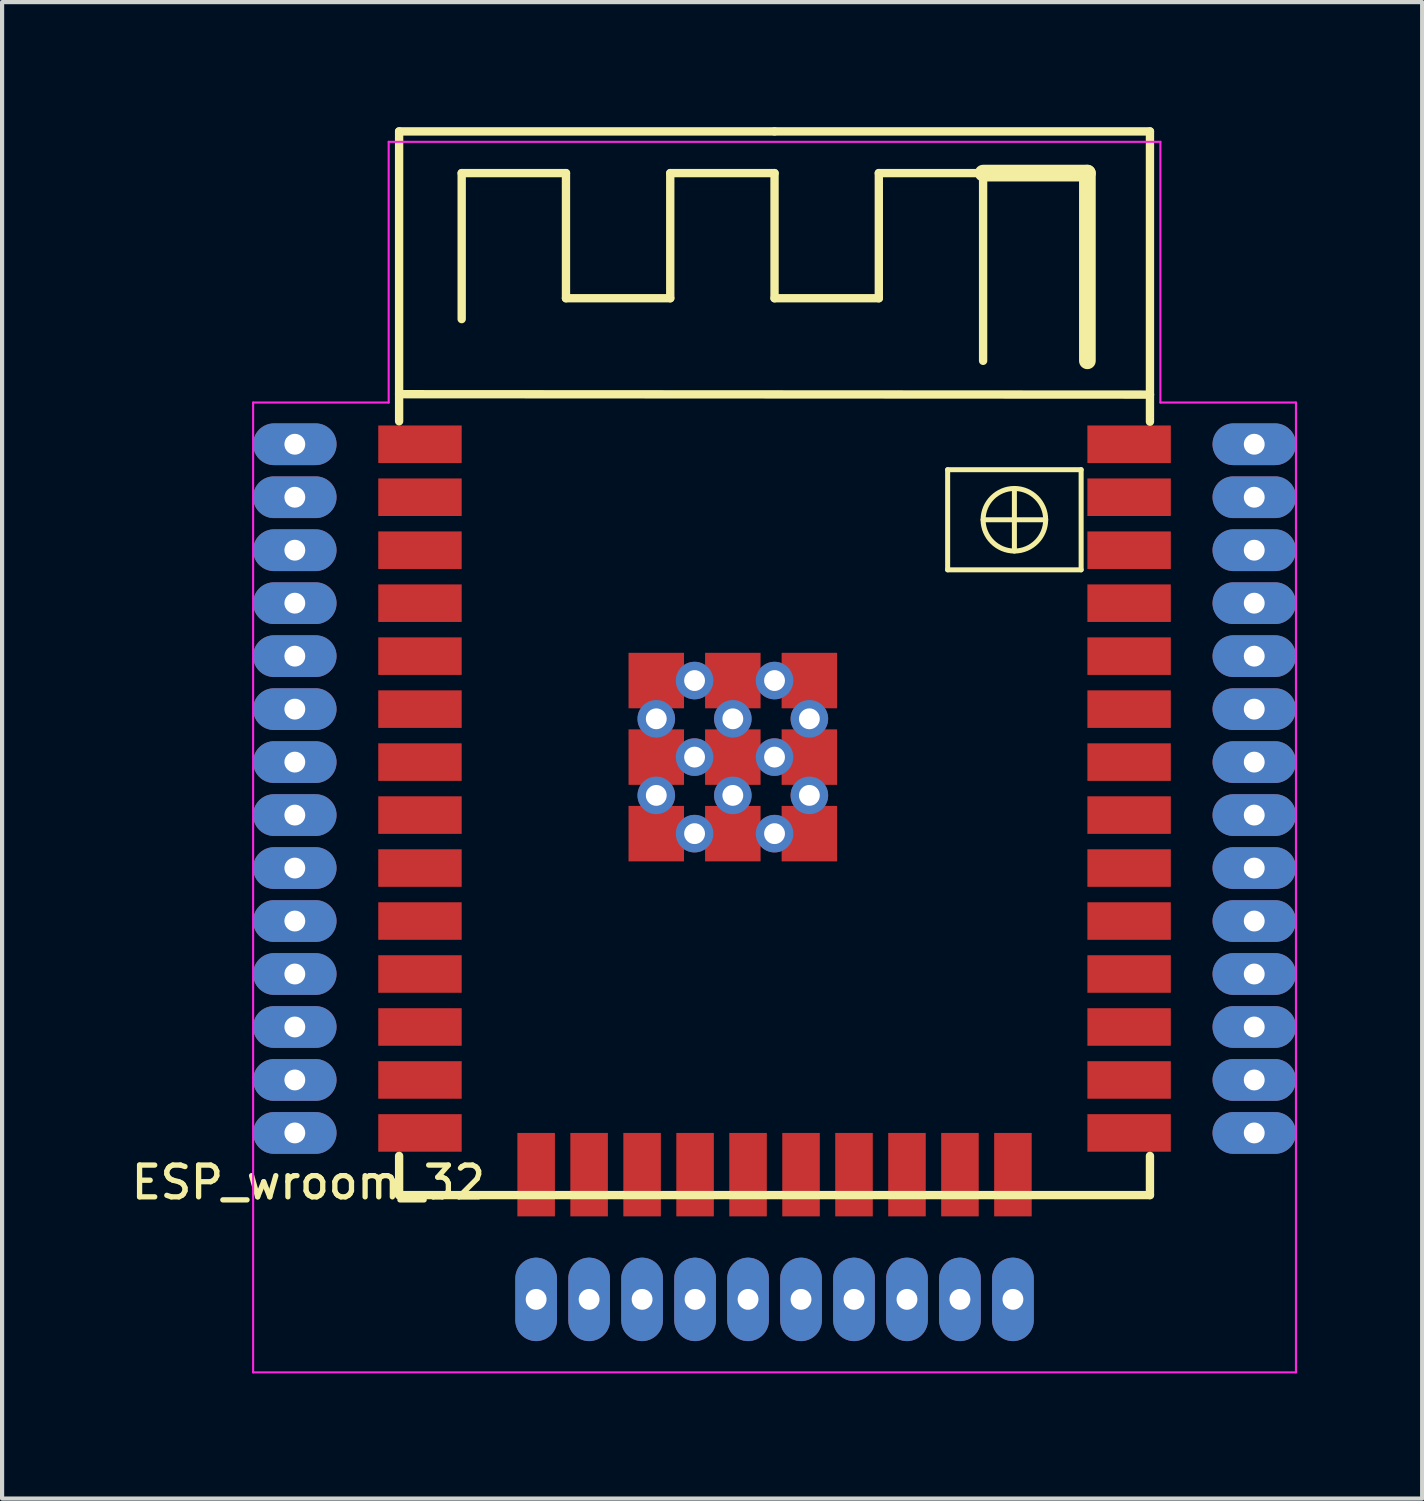
<source format=kicad_pcb>
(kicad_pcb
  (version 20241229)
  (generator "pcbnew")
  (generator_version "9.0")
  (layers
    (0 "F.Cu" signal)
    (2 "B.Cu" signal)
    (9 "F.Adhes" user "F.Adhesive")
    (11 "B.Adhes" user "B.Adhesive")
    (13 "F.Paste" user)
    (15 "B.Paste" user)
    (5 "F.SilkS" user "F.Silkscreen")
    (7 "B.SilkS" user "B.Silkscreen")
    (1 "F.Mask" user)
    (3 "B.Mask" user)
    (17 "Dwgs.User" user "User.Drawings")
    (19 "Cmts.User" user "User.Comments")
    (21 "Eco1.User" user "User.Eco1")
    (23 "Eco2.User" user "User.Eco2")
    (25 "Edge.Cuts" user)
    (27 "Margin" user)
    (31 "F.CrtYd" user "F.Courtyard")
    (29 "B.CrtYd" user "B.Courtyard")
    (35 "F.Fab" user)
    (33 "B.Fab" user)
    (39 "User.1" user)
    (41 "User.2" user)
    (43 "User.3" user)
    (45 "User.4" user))
  (footprint "ESP_wroom_32"
    (layer "F.Cu")
    (at 15.518 25.61)
    (property "Reference" "ESP_wroom_32" (at -11.176 -0.314 0) (layer "F.SilkS") (effects (font (size 0.762 0.762) (thickness 0.127))))
    (attr through_hole)
    (fp_line (start -9 -25.51) (end 0 -25.51) (stroke (width 0.2) (type solid)) (layer "F.SilkS"))
    (fp_line (start -9 -19.21) (end -9 -25.51) (stroke (width 0.2) (type solid)) (layer "F.SilkS"))
    (fp_line (start -9 -19.21) (end 9 -19.2) (stroke (width 0.2) (type solid)) (layer "F.SilkS"))
    (fp_line (start -9 -18.56) (end -9 -19.21) (stroke (width 0.2) (type solid)) (layer "F.SilkS"))
    (fp_line (start -9 -0.01) (end -9 -0.95) (stroke (width 0.2) (type solid)) (layer "F.SilkS"))
    (fp_line (start -7.5 -24.51) (end -7.5 -21.01) (stroke (width 0.2) (type solid)) (layer "F.SilkS"))
    (fp_line (start -5 -24.51) (end -7.5 -24.51) (stroke (width 0.2) (type solid)) (layer "F.SilkS"))
    (fp_line (start -5 -24.51) (end -5 -21.51) (stroke (width 0.2) (type solid)) (layer "F.SilkS"))
    (fp_line (start -2.5 -24.51) (end -2.5 -21.51) (stroke (width 0.2) (type solid)) (layer "F.SilkS"))
    (fp_line (start -2.5 -21.51) (end -5 -21.51) (stroke (width 0.2) (type solid)) (layer "F.SilkS"))
    (fp_line (start 0 -25.51) (end 9 -25.51) (stroke (width 0.2) (type solid)) (layer "F.SilkS"))
    (fp_line (start 0 -24.51) (end -2.5 -24.51) (stroke (width 0.2) (type solid)) (layer "F.SilkS"))
    (fp_line (start 0 -24.51) (end 0 -21.51) (stroke (width 0.2) (type solid)) (layer "F.SilkS"))
    (fp_line (start 0 -21.51) (end 2.5 -21.51) (stroke (width 0.2) (type solid)) (layer "F.SilkS"))
    (fp_line (start 2.5 -24.51) (end 2.5 -21.51) (stroke (width 0.2) (type solid)) (layer "F.SilkS"))
    (fp_line (start 2.5 -24.51) (end 5 -24.51) (stroke (width 0.2) (type solid)) (layer "F.SilkS"))
    (fp_line (start 4.15 -17.4) (end 7.35 -17.4) (stroke (width 0.12) (type solid)) (layer "F.SilkS"))
    (fp_line (start 4.15 -15) (end 4.15 -17.4) (stroke (width 0.12) (type solid)) (layer "F.SilkS"))
    (fp_line (start 5 -24.51) (end 5 -20.01) (stroke (width 0.2) (type solid)) (layer "F.SilkS"))
    (fp_line (start 5 -24.51) (end 7.5 -24.51) (stroke (width 0.4) (type solid)) (layer "F.SilkS"))
    (fp_line (start 5.75 -16.2) (end 5 -16.2) (stroke (width 0.12) (type solid)) (layer "F.SilkS"))
    (fp_line (start 5.75 -16.2) (end 5.75 -16.95) (stroke (width 0.12) (type solid)) (layer "F.SilkS"))
    (fp_line (start 5.75 -16.2) (end 5.75 -15.45) (stroke (width 0.12) (type solid)) (layer "F.SilkS"))
    (fp_line (start 5.75 -16.2) (end 6.5 -16.2) (stroke (width 0.12) (type solid)) (layer "F.SilkS"))
    (fp_line (start 7.35 -17.4) (end 7.35 -15) (stroke (width 0.12) (type solid)) (layer "F.SilkS"))
    (fp_line (start 7.35 -15) (end 4.15 -15) (stroke (width 0.12) (type solid)) (layer "F.SilkS"))
    (fp_line (start 7.5 -24.51) (end 7.5 -20.01) (stroke (width 0.4) (type solid)) (layer "F.SilkS"))
    (fp_line (start 9 -25.51) (end 9 -19.2) (stroke (width 0.2) (type solid)) (layer "F.SilkS"))
    (fp_line (start 9 -18.55) (end 9 -19.2) (stroke (width 0.2) (type solid)) (layer "F.SilkS"))
    (fp_line (start 9 -0.01) (end -9 -0.01) (stroke (width 0.2) (type solid)) (layer "F.SilkS"))
    (fp_line (start 9 -0.01) (end 9 -0.95) (stroke (width 0.2) (type solid)) (layer "F.SilkS"))
    (fp_circle (center 5.75 -16.2) (end 6.5 -16.2) (stroke (width 0.12) (type solid)) (fill no) (layer "F.SilkS"))
    (fp_line (start -12.5 -19.01) (end -9.25 -19.01) (stroke (width 0.05) (type solid)) (layer "F.CrtYd"))
    (fp_line (start -12.5 4.24) (end -12.5 -19.01) (stroke (width 0.05) (type solid)) (layer "F.CrtYd"))
    (fp_line (start -9.25 -25.26) (end 9.25 -25.26) (stroke (width 0.05) (type solid)) (layer "F.CrtYd"))
    (fp_line (start -9.25 -19.01) (end -9.25 -25.26) (stroke (width 0.05) (type solid)) (layer "F.CrtYd"))
    (fp_line (start 9.25 -19.01) (end 9.25 -25.26) (stroke (width 0.05) (type solid)) (layer "F.CrtYd"))
    (fp_line (start 12.5 -19.01) (end 9.25 -19.01) (stroke (width 0.05) (type solid)) (layer "F.CrtYd"))
    (fp_line (start 12.5 -19.01) (end 12.5 4.24) (stroke (width 0.05) (type solid)) (layer "F.CrtYd"))
    (fp_line (start 12.5 4.24) (end -12.5 4.24) (stroke (width 0.05) (type solid)) (layer "F.CrtYd"))
    (pad "1" thru_hole oval (at -11.5 -18.01) (size 2 1) (drill 0.5) (layers "*.Cu" "*.Mask"))
    (pad "1" smd rect (at -8.5 -18.01) (size 2 0.9) (layers "F.Cu" "F.Mask" "F.Paste"))
    (pad "2" thru_hole oval (at -11.5 -16.74) (size 2 1) (drill 0.5) (layers "*.Cu" "*.Mask"))
    (pad "2" smd rect (at -8.5 -16.74) (size 2 0.9) (layers "F.Cu" "F.Mask" "F.Paste"))
    (pad "3" thru_hole oval (at -11.5 -15.47) (size 2 1) (drill 0.5) (layers "*.Cu" "*.Mask"))
    (pad "3" smd rect (at -8.5 -15.47) (size 2 0.9) (layers "F.Cu" "F.Mask" "F.Paste"))
    (pad "4" thru_hole oval (at -11.5 -14.2) (size 2 1) (drill 0.5) (layers "*.Cu" "*.Mask"))
    (pad "4" smd rect (at -8.5 -14.2) (size 2 0.9) (layers "F.Cu" "F.Mask" "F.Paste"))
    (pad "5" thru_hole oval (at -11.5 -12.93) (size 2 1) (drill 0.5) (layers "*.Cu" "*.Mask"))
    (pad "5" smd rect (at -8.5 -12.93) (size 2 0.9) (layers "F.Cu" "F.Mask" "F.Paste"))
    (pad "6" thru_hole oval (at -11.5 -11.66) (size 2 1) (drill 0.5) (layers "*.Cu" "*.Mask"))
    (pad "6" smd rect (at -8.5 -11.66) (size 2 0.9) (layers "F.Cu" "F.Mask" "F.Paste"))
    (pad "7" thru_hole oval (at -11.5 -10.39) (size 2 1) (drill 0.5) (layers "*.Cu" "*.Mask"))
    (pad "7" smd rect (at -8.5 -10.39) (size 2 0.9) (layers "F.Cu" "F.Mask" "F.Paste"))
    (pad "8" thru_hole oval (at -11.5 -9.12) (size 2 1) (drill 0.5) (layers "*.Cu" "*.Mask"))
    (pad "8" smd rect (at -8.5 -9.12) (size 2 0.9) (layers "F.Cu" "F.Mask" "F.Paste"))
    (pad "9" thru_hole oval (at -11.5 -7.85) (size 2 1) (drill 0.5) (layers "*.Cu" "*.Mask"))
    (pad "9" smd rect (at -8.5 -7.85) (size 2 0.9) (layers "F.Cu" "F.Mask" "F.Paste"))
    (pad "10" thru_hole oval (at -11.5 -6.58) (size 2 1) (drill 0.5) (layers "*.Cu" "*.Mask"))
    (pad "10" smd rect (at -8.5 -6.58) (size 2 0.9) (layers "F.Cu" "F.Mask" "F.Paste"))
    (pad "11" thru_hole oval (at -11.5 -5.31) (size 2 1) (drill 0.5) (layers "*.Cu" "*.Mask"))
    (pad "11" smd rect (at -8.5 -5.31) (size 2 0.9) (layers "F.Cu" "F.Mask" "F.Paste"))
    (pad "12" thru_hole oval (at -11.5 -4.04) (size 2 1) (drill 0.5) (layers "*.Cu" "*.Mask"))
    (pad "12" smd rect (at -8.5 -4.04) (size 2 0.9) (layers "F.Cu" "F.Mask" "F.Paste"))
    (pad "13" thru_hole oval (at -11.5 -2.77) (size 2 1) (drill 0.5) (layers "*.Cu" "*.Mask"))
    (pad "13" smd rect (at -8.5 -2.77) (size 2 0.9) (layers "F.Cu" "F.Mask" "F.Paste"))
    (pad "14" thru_hole oval (at -11.5 -1.5) (size 2 1) (drill 0.5) (layers "*.Cu" "*.Mask"))
    (pad "14" smd rect (at -8.5 -1.5) (size 2 0.9) (layers "F.Cu" "F.Mask" "F.Paste"))
    (pad "15" smd rect (at -5.715 -0.5 90) (size 2 0.9) (layers "F.Cu" "F.Mask" "F.Paste"))
    (pad "15" thru_hole oval (at -5.715 2.49 90) (size 2 1) (drill 0.5) (layers "*.Cu" "*.Mask"))
    (pad "16" smd rect (at -4.445 -0.5 90) (size 2 0.9) (layers "F.Cu" "F.Mask" "F.Paste"))
    (pad "16" thru_hole oval (at -4.445 2.49 90) (size 2 1) (drill 0.5) (layers "*.Cu" "*.Mask"))
    (pad "17" smd rect (at -3.175 -0.5 90) (size 2 0.9) (layers "F.Cu" "F.Mask" "F.Paste"))
    (pad "17" thru_hole oval (at -3.175 2.49 90) (size 2 1) (drill 0.5) (layers "*.Cu" "*.Mask"))
    (pad "18" smd rect (at -1.905 -0.5 90) (size 2 0.9) (layers "F.Cu" "F.Mask" "F.Paste"))
    (pad "18" thru_hole oval (at -1.905 2.49 90) (size 2 1) (drill 0.5) (layers "*.Cu" "*.Mask"))
    (pad "19" smd rect (at -0.635 -0.5 90) (size 2 0.9) (layers "F.Cu" "F.Mask" "F.Paste"))
    (pad "19" thru_hole oval (at -0.635 2.49 90) (size 2 1) (drill 0.5) (layers "*.Cu" "*.Mask"))
    (pad "20" smd rect (at 0.635 -0.5 90) (size 2 0.9) (layers "F.Cu" "F.Mask" "F.Paste"))
    (pad "20" thru_hole oval (at 0.635 2.49 90) (size 2 1) (drill 0.5) (layers "*.Cu" "*.Mask"))
    (pad "21" smd rect (at 1.905 -0.5 90) (size 2 0.9) (layers "F.Cu" "F.Mask" "F.Paste"))
    (pad "21" thru_hole oval (at 1.905 2.49 90) (size 2 1) (drill 0.5) (layers "*.Cu" "*.Mask"))
    (pad "22" smd rect (at 3.175 -0.5 90) (size 2 0.9) (layers "F.Cu" "F.Mask" "F.Paste"))
    (pad "22" thru_hole oval (at 3.175 2.49 90) (size 2 1) (drill 0.5) (layers "*.Cu" "*.Mask"))
    (pad "23" smd rect (at 4.445 -0.5 90) (size 2 0.9) (layers "F.Cu" "F.Mask" "F.Paste"))
    (pad "23" thru_hole oval (at 4.445 2.49 90) (size 2 1) (drill 0.5) (layers "*.Cu" "*.Mask"))
    (pad "24" smd rect (at 5.715 -0.5 90) (size 2 0.9) (layers "F.Cu" "F.Mask" "F.Paste"))
    (pad "24" thru_hole oval (at 5.715 2.49 90) (size 2 1) (drill 0.5) (layers "*.Cu" "*.Mask"))
    (pad "25" smd rect (at 8.5 -1.5) (size 2 0.9) (layers "F.Cu" "F.Mask" "F.Paste"))
    (pad "25" thru_hole oval (at 11.5 -1.5) (size 2 1) (drill 0.5) (layers "*.Cu" "*.Mask"))
    (pad "26" smd rect (at 8.5 -2.77) (size 2 0.9) (layers "F.Cu" "F.Mask" "F.Paste"))
    (pad "26" thru_hole oval (at 11.5 -2.77) (size 2 1) (drill 0.5) (layers "*.Cu" "*.Mask"))
    (pad "27" smd rect (at 8.5 -4.04) (size 2 0.9) (layers "F.Cu" "F.Mask" "F.Paste"))
    (pad "27" thru_hole oval (at 11.5 -4.04) (size 2 1) (drill 0.5) (layers "*.Cu" "*.Mask"))
    (pad "28" smd rect (at 8.5 -5.31) (size 2 0.9) (layers "F.Cu" "F.Mask" "F.Paste"))
    (pad "28" thru_hole oval (at 11.5 -5.31) (size 2 1) (drill 0.5) (layers "*.Cu" "*.Mask"))
    (pad "29" smd rect (at 8.5 -6.58) (size 2 0.9) (layers "F.Cu" "F.Mask" "F.Paste"))
    (pad "29" thru_hole oval (at 11.5 -6.58) (size 2 1) (drill 0.5) (layers "*.Cu" "*.Mask"))
    (pad "30" smd rect (at 8.5 -7.85) (size 2 0.9) (layers "F.Cu" "F.Mask" "F.Paste"))
    (pad "30" thru_hole oval (at 11.5 -7.85) (size 2 1) (drill 0.5) (layers "*.Cu" "*.Mask"))
    (pad "31" smd rect (at 8.5 -9.12) (size 2 0.9) (layers "F.Cu" "F.Mask" "F.Paste"))
    (pad "31" thru_hole oval (at 11.5 -9.12) (size 2 1) (drill 0.5) (layers "*.Cu" "*.Mask"))
    (pad "32" smd rect (at 8.5 -10.39) (size 2 0.9) (layers "F.Cu" "F.Mask" "F.Paste"))
    (pad "32" thru_hole oval (at 11.5 -10.39) (size 2 1) (drill 0.5) (layers "*.Cu" "*.Mask"))
    (pad "33" smd rect (at 8.5 -11.66) (size 2 0.9) (layers "F.Cu" "F.Mask" "F.Paste"))
    (pad "33" thru_hole oval (at 11.5 -11.66) (size 2 1) (drill 0.5) (layers "*.Cu" "*.Mask"))
    (pad "34" smd rect (at 8.5 -12.93) (size 2 0.9) (layers "F.Cu" "F.Mask" "F.Paste"))
    (pad "34" thru_hole oval (at 11.5 -12.93) (size 2 1) (drill 0.5) (layers "*.Cu" "*.Mask"))
    (pad "35" smd rect (at 8.5 -14.2) (size 2 0.9) (layers "F.Cu" "F.Mask" "F.Paste"))
    (pad "35" thru_hole oval (at 11.5 -14.2) (size 2 1) (drill 0.5) (layers "*.Cu" "*.Mask"))
    (pad "36" smd rect (at 8.5 -15.47) (size 2 0.9) (layers "F.Cu" "F.Mask" "F.Paste"))
    (pad "36" thru_hole oval (at 11.5 -15.47) (size 2 1) (drill 0.5) (layers "*.Cu" "*.Mask"))
    (pad "37" smd rect (at 8.5 -16.74) (size 2 0.9) (layers "F.Cu" "F.Mask" "F.Paste"))
    (pad "37" thru_hole oval (at 11.5 -16.74) (size 2 1) (drill 0.5) (layers "*.Cu" "*.Mask"))
    (pad "38" smd rect (at 8.5 -18.01) (size 2 0.9) (layers "F.Cu" "F.Mask" "F.Paste"))
    (pad "38" thru_hole oval (at 11.5 -18.01) (size 2 1) (drill 0.5) (layers "*.Cu" "*.Mask"))
    (pad "39" smd rect (at -2.835 -12.345 90) (size 1.33 1.33) (layers "F.Cu" "F.Mask" "F.Paste"))
    (pad "39" thru_hole circle (at -2.835 -11.428 90) (size 0.9 0.9) (drill 0.5) (layers "*.Cu" "*.Mask"))
    (pad "39" smd rect (at -2.835 -10.51 90) (size 1.33 1.33) (layers "F.Cu" "F.Mask" "F.Paste"))
    (pad "39" thru_hole circle (at -2.835 -9.592 90) (size 0.9 0.9) (drill 0.5) (layers "*.Cu" "*.Mask"))
    (pad "39" smd rect (at -2.835 -8.675 90) (size 1.33 1.33) (layers "F.Cu" "F.Mask" "F.Paste"))
    (pad "39" thru_hole circle (at -1.917 -12.345 90) (size 0.9 0.9) (drill 0.5) (layers "*.Cu" "*.Mask"))
    (pad "39" thru_hole circle (at -1.917 -10.51 90) (size 0.9 0.9) (drill 0.5) (layers "*.Cu" "*.Mask"))
    (pad "39" thru_hole circle (at -1.917 -8.675 90) (size 0.9 0.9) (drill 0.5) (layers "*.Cu" "*.Mask"))
    (pad "39" smd rect (at -1 -12.345 90) (size 1.33 1.33) (layers "F.Cu" "F.Mask" "F.Paste"))
    (pad "39" thru_hole circle (at -1 -11.428 90) (size 0.9 0.9) (drill 0.5) (layers "*.Cu" "*.Mask"))
    (pad "39" smd rect (at -1 -10.51 90) (size 1.33 1.33) (layers "F.Cu" "F.Mask" "F.Paste"))
    (pad "39" thru_hole circle (at -1 -9.592 90) (size 0.9 0.9) (drill 0.5) (layers "*.Cu" "*.Mask"))
    (pad "39" smd rect (at -1 -8.675 90) (size 1.33 1.33) (layers "F.Cu" "F.Mask" "F.Paste"))
    (pad "39" thru_hole circle (at 0 -12.345 90) (size 0.9 0.9) (drill 0.5) (layers "*.Cu" "*.Mask"))
    (pad "39" thru_hole circle (at 0 -10.51 90) (size 0.9 0.9) (drill 0.5) (layers "*.Cu" "*.Mask"))
    (pad "39" thru_hole circle (at 0 -8.675 90) (size 0.9 0.9) (drill 0.5) (layers "*.Cu" "*.Mask"))
    (pad "39" smd rect (at 0.835 -12.345 90) (size 1.33 1.33) (layers "F.Cu" "F.Mask" "F.Paste"))
    (pad "39" thru_hole circle (at 0.835 -11.428 90) (size 0.9 0.9) (drill 0.5) (layers "*.Cu" "*.Mask"))
    (pad "39" smd rect (at 0.835 -10.51 90) (size 1.33 1.33) (layers "F.Cu" "F.Mask" "F.Paste"))
    (pad "39" thru_hole circle (at 0.835 -9.592 90) (size 0.9 0.9) (drill 0.5) (layers "*.Cu" "*.Mask"))
    (pad "39" smd rect (at 0.835 -8.675 90) (size 1.33 1.33) (layers "F.Cu" "F.Mask" "F.Paste")))
  (gr_rect
    (start -3 -3)
    (end 31.043 32.875)
    (stroke (width 0.1) (type default))
    (fill no)
    (layer "Edge.Cuts")))
</source>
